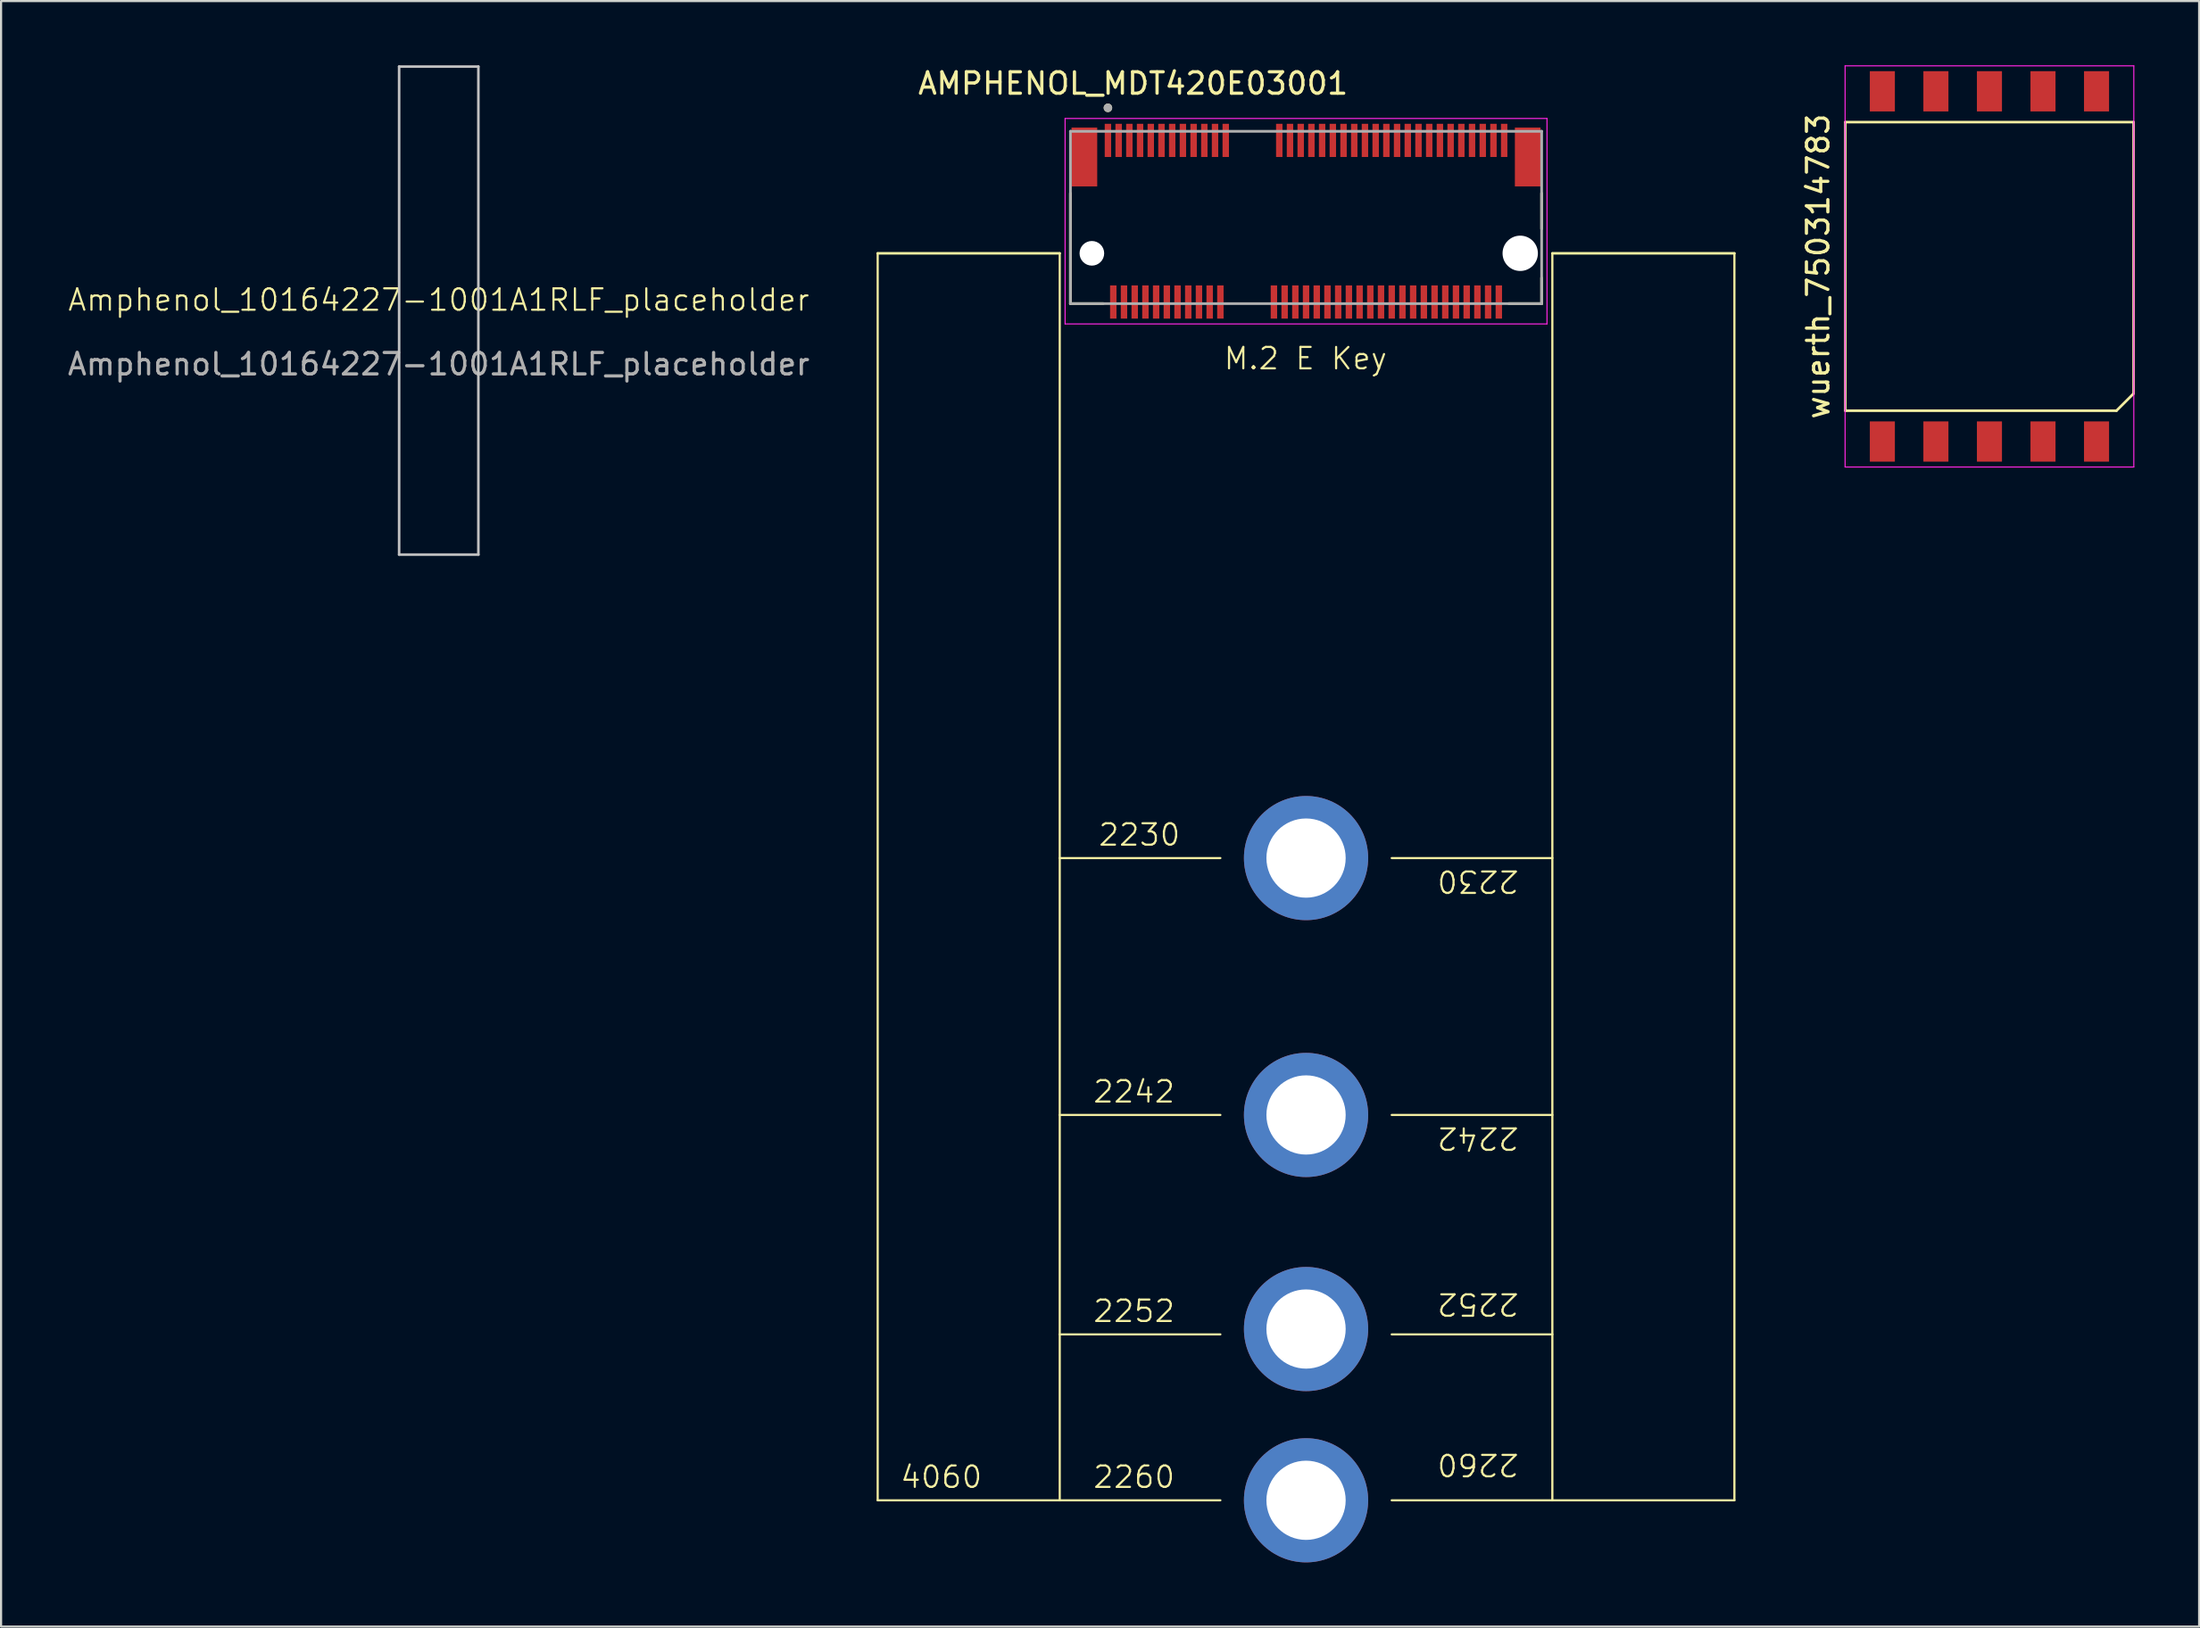
<source format=kicad_pcb>
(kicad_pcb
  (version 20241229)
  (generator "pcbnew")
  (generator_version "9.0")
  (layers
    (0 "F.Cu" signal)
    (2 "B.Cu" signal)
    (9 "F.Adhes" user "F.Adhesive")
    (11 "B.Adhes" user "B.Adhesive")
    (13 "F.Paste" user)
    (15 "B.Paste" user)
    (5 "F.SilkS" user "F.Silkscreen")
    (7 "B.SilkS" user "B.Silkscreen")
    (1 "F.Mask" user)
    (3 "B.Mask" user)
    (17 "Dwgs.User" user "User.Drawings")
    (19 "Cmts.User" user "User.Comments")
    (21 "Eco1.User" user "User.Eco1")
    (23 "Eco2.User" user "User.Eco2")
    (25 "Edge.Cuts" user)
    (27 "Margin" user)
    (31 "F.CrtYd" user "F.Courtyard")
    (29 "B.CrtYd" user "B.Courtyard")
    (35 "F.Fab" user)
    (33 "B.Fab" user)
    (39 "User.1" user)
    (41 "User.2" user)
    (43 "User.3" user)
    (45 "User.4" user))
  (footprint "Amphenol_10164227-1001A1RLF_placeholder"
    (layer "F.Cu")
    (at 17.435 11.46)
    (property "Reference" "Amphenol_10164227-1001A1RLF_placeholder" (at 0 -0.5 0) (unlocked yes) (layer "F.SilkS") (effects (font (size 1 1) (thickness 0.1))))
    (attr allow_missing_courtyard)
    (fp_line (start -1.85 -11.4) (end 1.85 -11.4) (stroke (width 0.12) (type solid)) (layer "Dwgs.User"))
    (fp_line (start -1.85 11.4) (end -1.85 -11.4) (stroke (width 0.12) (type solid)) (layer "Dwgs.User"))
    (fp_line (start 1.85 -11.4) (end 1.85 11.4) (stroke (width 0.12) (type solid)) (layer "Dwgs.User"))
    (fp_line (start 1.85 11.4) (end -1.85 11.4) (stroke (width 0.12) (type solid)) (layer "Dwgs.User"))
    (fp_text user "${REFERENCE}" (at 0 2.5 0) (unlocked yes) (layer "F.Fab") (effects (font (size 1 1) (thickness 0.15)))))
  (footprint "AMPHENOL_MDT420E03001"
    (layer "F.Cu")
    (at 57.929 8.783)
    (property "Reference" "AMPHENOL_MDT420E03001" (at -8.075 -7.935 0) (layer "F.SilkS") (effects (font (size 1 1) (thickness 0.15))))
    (attr through_hole)
    (fp_line (start -20 0) (end -20 58.25) (stroke (width 0.1) (type solid)) (layer "F.SilkS"))
    (fp_line (start -20 0) (end -11.5 0) (stroke (width 0.12) (type default)) (layer "F.SilkS"))
    (fp_line (start -11.5 0) (end -11.5 58.25) (stroke (width 0.1) (type default)) (layer "F.SilkS"))
    (fp_line (start -11.5 28.25) (end -4 28.25) (stroke (width 0.1) (type default)) (layer "F.SilkS"))
    (fp_line (start -11.5 40.25) (end -4 40.25) (stroke (width 0.1) (type default)) (layer "F.SilkS"))
    (fp_line (start -11.5 50.5) (end -4 50.5) (stroke (width 0.1) (type default)) (layer "F.SilkS"))
    (fp_line (start -11.5 58.25) (end -20 58.25) (stroke (width 0.1) (type default)) (layer "F.SilkS"))
    (fp_line (start -11.5 58.25) (end -4 58.25) (stroke (width 0.1) (type default)) (layer "F.SilkS"))
    (fp_line (start -11 2.35) (end -11 -2.805) (stroke (width 0.127) (type solid)) (layer "F.SilkS"))
    (fp_line (start -9.47 2.35) (end -11 2.35) (stroke (width 0.127) (type solid)) (layer "F.SilkS"))
    (fp_line (start 4 28.25) (end 11.5 28.25) (stroke (width 0.1) (type default)) (layer "F.SilkS"))
    (fp_line (start 4 40.25) (end 11.5 40.25) (stroke (width 0.1) (type default)) (layer "F.SilkS"))
    (fp_line (start 4 50.5) (end 11.5 50.5) (stroke (width 0.1) (type default)) (layer "F.SilkS"))
    (fp_line (start 4 58.25) (end 11.5 58.25) (stroke (width 0.1) (type default)) (layer "F.SilkS"))
    (fp_line (start 11 -2.805) (end 11 -1.145) (stroke (width 0.127) (type solid)) (layer "F.SilkS"))
    (fp_line (start 11 2.35) (end 9.47 2.35) (stroke (width 0.127) (type solid)) (layer "F.SilkS"))
    (fp_line (start 11 2.35) (end 11 1.145) (stroke (width 0.127) (type solid)) (layer "F.SilkS"))
    (fp_line (start 11.5 58.25) (end 11.5 0) (stroke (width 0.1) (type default)) (layer "F.SilkS"))
    (fp_line (start 20 0) (end 11.5 0) (stroke (width 0.12) (type default)) (layer "F.SilkS"))
    (fp_line (start 20 0) (end 20 58.25) (stroke (width 0.1) (type solid)) (layer "F.SilkS"))
    (fp_line (start 20 58.25) (end 11.5 58.25) (stroke (width 0.1) (type default)) (layer "F.SilkS"))
    (fp_circle (center -9.25 -6.796) (end -9.15 -6.796) (stroke (width 0.2) (type solid)) (fill no) (layer "F.SilkS"))
    (fp_line (start -11.25 -6.3) (end -11.25 3.3) (stroke (width 0.05) (type solid)) (layer "F.CrtYd"))
    (fp_line (start -11.25 3.3) (end 11.25 3.3) (stroke (width 0.05) (type solid)) (layer "F.CrtYd"))
    (fp_line (start 11.25 -6.3) (end -11.25 -6.3) (stroke (width 0.05) (type solid)) (layer "F.CrtYd"))
    (fp_line (start 11.25 3.3) (end 11.25 -6.3) (stroke (width 0.05) (type solid)) (layer "F.CrtYd"))
    (fp_line (start -11 -5.7) (end 11 -5.7) (stroke (width 0.127) (type solid)) (layer "F.Fab"))
    (fp_line (start -11 2.35) (end -11 -5.7) (stroke (width 0.127) (type solid)) (layer "F.Fab"))
    (fp_line (start 11 -5.7) (end 11 2.35) (stroke (width 0.127) (type solid)) (layer "F.Fab"))
    (fp_line (start 11 2.35) (end -11 2.35) (stroke (width 0.127) (type solid)) (layer "F.Fab"))
    (fp_circle (center -9.25 -6.796) (end -9.15 -6.796) (stroke (width 0.2) (type solid)) (fill no) (layer "F.Fab"))
    (fp_text user "2230" (at -9.75 27.75 0) (unlocked yes) (layer "F.SilkS") (effects (font (size 1 1) (thickness 0.1)) (justify left bottom)))
    (fp_text user "M.2 E Key" (at -3.9 5.5 0) (unlocked yes) (layer "F.SilkS") (effects (font (size 1 1) (thickness 0.1)) (justify left bottom)))
    (fp_text user "2230" (at 10 28.75 180) (unlocked yes) (layer "F.SilkS") (effects (font (size 1 1) (thickness 0.1)) (justify left bottom)))
    (fp_text user "2252" (at -10 50 0) (unlocked yes) (layer "F.SilkS") (effects (font (size 1 1) (thickness 0.1)) (justify left bottom)))
    (fp_text user "2260" (at -10 57.75 0) (unlocked yes) (layer "F.SilkS") (effects (font (size 1 1) (thickness 0.1)) (justify left bottom)))
    (fp_text user "2242" (at -10 39.75 0) (unlocked yes) (layer "F.SilkS") (effects (font (size 1 1) (thickness 0.1)) (justify left bottom)))
    (fp_text user "4060" (at -19 57.75 0) (unlocked yes) (layer "F.SilkS") (effects (font (size 1 1) (thickness 0.1)) (justify left bottom)))
    (fp_text user "2242" (at 10 40.75 180) (unlocked yes) (layer "F.SilkS") (effects (font (size 1 1) (thickness 0.1)) (justify left bottom)))
    (fp_text user "2252" (at 10 48.5 180) (unlocked yes) (layer "F.SilkS") (effects (font (size 1 1) (thickness 0.1)) (justify left bottom)))
    (fp_text user "2260" (at 10 56 180) (unlocked yes) (layer "F.SilkS") (effects (font (size 1 1) (thickness 0.1)) (justify left bottom)))
    (pad "" np_thru_hole circle (at -10 0) (size 1.15 1.15) (drill 1.15) (layers "*.Cu" "*.Mask"))
    (pad "" np_thru_hole circle (at 10 0) (size 1.65 1.65) (drill 1.65) (layers "*.Cu" "*.Mask"))
    (pad "1" smd rect (at -9.25 -5.275) (size 0.3 1.55) (layers "F.Cu" "F.Mask" "F.Paste"))
    (pad "2" smd rect (at -9 2.275) (size 0.3 1.55) (layers "F.Cu" "F.Mask" "F.Paste"))
    (pad "3" smd rect (at -8.75 -5.275) (size 0.3 1.55) (layers "F.Cu" "F.Mask" "F.Paste"))
    (pad "4" smd rect (at -8.5 2.275) (size 0.3 1.55) (layers "F.Cu" "F.Mask" "F.Paste"))
    (pad "5" smd rect (at -8.25 -5.275) (size 0.3 1.55) (layers "F.Cu" "F.Mask" "F.Paste"))
    (pad "6" smd rect (at -8 2.275) (size 0.3 1.55) (layers "F.Cu" "F.Mask" "F.Paste"))
    (pad "7" smd rect (at -7.75 -5.275) (size 0.3 1.55) (layers "F.Cu" "F.Mask" "F.Paste"))
    (pad "8" smd rect (at -7.5 2.275) (size 0.3 1.55) (layers "F.Cu" "F.Mask" "F.Paste"))
    (pad "9" smd rect (at -7.25 -5.275) (size 0.3 1.55) (layers "F.Cu" "F.Mask" "F.Paste"))
    (pad "10" smd rect (at -7 2.275) (size 0.3 1.55) (layers "F.Cu" "F.Mask" "F.Paste"))
    (pad "11" smd rect (at -6.75 -5.275) (size 0.3 1.55) (layers "F.Cu" "F.Mask" "F.Paste"))
    (pad "12" smd rect (at -6.5 2.275) (size 0.3 1.55) (layers "F.Cu" "F.Mask" "F.Paste"))
    (pad "13" smd rect (at -6.25 -5.275) (size 0.3 1.55) (layers "F.Cu" "F.Mask" "F.Paste"))
    (pad "14" smd rect (at -6 2.275) (size 0.3 1.55) (layers "F.Cu" "F.Mask" "F.Paste"))
    (pad "15" smd rect (at -5.75 -5.275) (size 0.3 1.55) (layers "F.Cu" "F.Mask" "F.Paste"))
    (pad "16" smd rect (at -5.5 2.275) (size 0.3 1.55) (layers "F.Cu" "F.Mask" "F.Paste"))
    (pad "17" smd rect (at -5.25 -5.275) (size 0.3 1.55) (layers "F.Cu" "F.Mask" "F.Paste"))
    (pad "18" smd rect (at -5 2.275) (size 0.3 1.55) (layers "F.Cu" "F.Mask" "F.Paste"))
    (pad "19" smd rect (at -4.75 -5.275) (size 0.3 1.55) (layers "F.Cu" "F.Mask" "F.Paste"))
    (pad "20" smd rect (at -4.5 2.275) (size 0.3 1.55) (layers "F.Cu" "F.Mask" "F.Paste"))
    (pad "21" smd rect (at -4.25 -5.275) (size 0.3 1.55) (layers "F.Cu" "F.Mask" "F.Paste"))
    (pad "22" smd rect (at -4 2.275) (size 0.3 1.55) (layers "F.Cu" "F.Mask" "F.Paste"))
    (pad "23" smd rect (at -3.75 -5.275) (size 0.3 1.55) (layers "F.Cu" "F.Mask" "F.Paste"))
    (pad "32" smd rect (at -1.5 2.275) (size 0.3 1.55) (layers "F.Cu" "F.Mask" "F.Paste"))
    (pad "33" smd rect (at -1.25 -5.275) (size 0.3 1.55) (layers "F.Cu" "F.Mask" "F.Paste"))
    (pad "34" smd rect (at -1 2.275) (size 0.3 1.55) (layers "F.Cu" "F.Mask" "F.Paste"))
    (pad "35" smd rect (at -0.75 -5.275) (size 0.3 1.55) (layers "F.Cu" "F.Mask" "F.Paste"))
    (pad "36" smd rect (at -0.5 2.275) (size 0.3 1.55) (layers "F.Cu" "F.Mask" "F.Paste"))
    (pad "37" smd rect (at -0.25 -5.275) (size 0.3 1.55) (layers "F.Cu" "F.Mask" "F.Paste"))
    (pad "38" smd rect (at 0 2.275) (size 0.3 1.55) (layers "F.Cu" "F.Mask" "F.Paste"))
    (pad "39" smd rect (at 0.25 -5.275) (size 0.3 1.55) (layers "F.Cu" "F.Mask" "F.Paste"))
    (pad "40" smd rect (at 0.5 2.275) (size 0.3 1.55) (layers "F.Cu" "F.Mask" "F.Paste"))
    (pad "41" smd rect (at 0.75 -5.275) (size 0.3 1.55) (layers "F.Cu" "F.Mask" "F.Paste"))
    (pad "42" smd rect (at 1 2.275) (size 0.3 1.55) (layers "F.Cu" "F.Mask" "F.Paste"))
    (pad "43" smd rect (at 1.25 -5.275) (size 0.3 1.55) (layers "F.Cu" "F.Mask" "F.Paste"))
    (pad "44" smd rect (at 1.5 2.275) (size 0.3 1.55) (layers "F.Cu" "F.Mask" "F.Paste"))
    (pad "45" smd rect (at 1.75 -5.275) (size 0.3 1.55) (layers "F.Cu" "F.Mask" "F.Paste"))
    (pad "46" smd rect (at 2 2.275) (size 0.3 1.55) (layers "F.Cu" "F.Mask" "F.Paste"))
    (pad "47" smd rect (at 2.25 -5.275) (size 0.3 1.55) (layers "F.Cu" "F.Mask" "F.Paste"))
    (pad "48" smd rect (at 2.5 2.275) (size 0.3 1.55) (layers "F.Cu" "F.Mask" "F.Paste"))
    (pad "49" smd rect (at 2.75 -5.275) (size 0.3 1.55) (layers "F.Cu" "F.Mask" "F.Paste"))
    (pad "50" smd rect (at 3 2.275) (size 0.3 1.55) (layers "F.Cu" "F.Mask" "F.Paste"))
    (pad "51" smd rect (at 3.25 -5.275) (size 0.3 1.55) (layers "F.Cu" "F.Mask" "F.Paste"))
    (pad "52" smd rect (at 3.5 2.275) (size 0.3 1.55) (layers "F.Cu" "F.Mask" "F.Paste"))
    (pad "53" smd rect (at 3.75 -5.275) (size 0.3 1.55) (layers "F.Cu" "F.Mask" "F.Paste"))
    (pad "54" smd rect (at 4 2.275) (size 0.3 1.55) (layers "F.Cu" "F.Mask" "F.Paste"))
    (pad "55" smd rect (at 4.25 -5.275) (size 0.3 1.55) (layers "F.Cu" "F.Mask" "F.Paste"))
    (pad "56" smd rect (at 4.5 2.275) (size 0.3 1.55) (layers "F.Cu" "F.Mask" "F.Paste"))
    (pad "57" smd rect (at 4.75 -5.275) (size 0.3 1.55) (layers "F.Cu" "F.Mask" "F.Paste"))
    (pad "58" smd rect (at 5 2.275) (size 0.3 1.55) (layers "F.Cu" "F.Mask" "F.Paste"))
    (pad "59" smd rect (at 5.25 -5.275) (size 0.3 1.55) (layers "F.Cu" "F.Mask" "F.Paste"))
    (pad "60" smd rect (at 5.5 2.275) (size 0.3 1.55) (layers "F.Cu" "F.Mask" "F.Paste"))
    (pad "61" smd rect (at 5.75 -5.275) (size 0.3 1.55) (layers "F.Cu" "F.Mask" "F.Paste"))
    (pad "62" smd rect (at 6 2.275) (size 0.3 1.55) (layers "F.Cu" "F.Mask" "F.Paste"))
    (pad "63" smd rect (at 6.25 -5.275) (size 0.3 1.55) (layers "F.Cu" "F.Mask" "F.Paste"))
    (pad "64" smd rect (at 6.5 2.275) (size 0.3 1.55) (layers "F.Cu" "F.Mask" "F.Paste"))
    (pad "65" smd rect (at 6.75 -5.275) (size 0.3 1.55) (layers "F.Cu" "F.Mask" "F.Paste"))
    (pad "66" smd rect (at 7 2.275) (size 0.3 1.55) (layers "F.Cu" "F.Mask" "F.Paste"))
    (pad "67" smd rect (at 7.25 -5.275) (size 0.3 1.55) (layers "F.Cu" "F.Mask" "F.Paste"))
    (pad "68" smd rect (at 7.5 2.275) (size 0.3 1.55) (layers "F.Cu" "F.Mask" "F.Paste"))
    (pad "69" smd rect (at 7.75 -5.275) (size 0.3 1.55) (layers "F.Cu" "F.Mask" "F.Paste"))
    (pad "70" smd rect (at 8 2.275) (size 0.3 1.55) (layers "F.Cu" "F.Mask" "F.Paste"))
    (pad "71" smd rect (at 8.25 -5.275) (size 0.3 1.55) (layers "F.Cu" "F.Mask" "F.Paste"))
    (pad "72" smd rect (at 8.5 2.275) (size 0.3 1.55) (layers "F.Cu" "F.Mask" "F.Paste"))
    (pad "73" smd rect (at 8.75 -5.275) (size 0.3 1.55) (layers "F.Cu" "F.Mask" "F.Paste"))
    (pad "74" smd rect (at 9 2.275) (size 0.3 1.55) (layers "F.Cu" "F.Mask" "F.Paste"))
    (pad "75" smd rect (at 9.25 -5.275) (size 0.3 1.55) (layers "F.Cu" "F.Mask" "F.Paste"))
    (pad "M1" thru_hole circle (at 0 28.25) (size 5.8 5.8) (drill 3.7) (layers "*.Cu" "*.Mask"))
    (pad "M2" thru_hole circle (at 0 40.25) (size 5.8 5.8) (drill 3.7) (layers "*.Cu" "*.Mask"))
    (pad "M3" thru_hole circle (at 0 50.25) (size 5.8 5.8) (drill 3.7) (layers "*.Cu" "*.Mask"))
    (pad "M4" thru_hole circle (at 0 58.25) (size 5.8 5.8) (drill 3.7) (layers "*.Cu" "*.Mask"))
    (pad "S1" smd rect (at -10.35 -4.5) (size 1.2 2.75) (layers "F.Cu" "F.Mask" "F.Paste"))
    (pad "S2" smd rect (at 10.35 -4.5) (size 1.2 2.75) (layers "F.Cu" "F.Mask" "F.Paste")))
  (footprint "wuerth_750314783"
    (layer "F.Cu")
    (at 89.837 9.395)
    (property "Reference" "wuerth_750314783" (at -8 0 90) (layer "F.SilkS") (effects (font (size 1 1) (thickness 0.15))))
    (attr smd)
    (fp_line (start -6.73 -6.74) (end -6.73 6.74) (stroke (width 0.12) (type default)) (layer "F.SilkS"))
    (fp_line (start -6.73 6.74) (end 5.93 6.74) (stroke (width 0.12) (type solid)) (layer "F.SilkS"))
    (fp_line (start 5.93 6.74) (end 6.73 5.94) (stroke (width 0.12) (type solid)) (layer "F.SilkS"))
    (fp_line (start 6.73 -6.74) (end -6.73 -6.74) (stroke (width 0.12) (type solid)) (layer "F.SilkS"))
    (fp_line (start 6.73 5.94) (end 6.73 -6.74) (stroke (width 0.12) (type default)) (layer "F.SilkS"))
    (fp_line (start -6.74 -9.37) (end -6.74 9.37) (stroke (width 0.05) (type solid)) (layer "F.CrtYd"))
    (fp_line (start -6.74 9.37) (end 6.74 9.37) (stroke (width 0.05) (type default)) (layer "F.CrtYd"))
    (fp_line (start 6.74 -9.37) (end -6.74 -9.37) (stroke (width 0.05) (type default)) (layer "F.CrtYd"))
    (fp_line (start 6.74 9.37) (end 6.74 -9.37) (stroke (width 0.05) (type solid)) (layer "F.CrtYd"))
    (pad "1" smd rect (at 5 8.18) (size 1.17 1.88) (layers "F.Cu" "F.Mask" "F.Paste"))
    (pad "2" smd rect (at 2.5 8.18) (size 1.17 1.88) (layers "F.Cu" "F.Mask" "F.Paste"))
    (pad "3" smd rect (at 0 8.18) (size 1.17 1.88) (layers "F.Cu" "F.Mask" "F.Paste"))
    (pad "4" smd rect (at -2.5 8.18) (size 1.17 1.88) (layers "F.Cu" "F.Mask" "F.Paste"))
    (pad "5" smd rect (at -5 8.18) (size 1.17 1.88) (layers "F.Cu" "F.Mask" "F.Paste"))
    (pad "6" smd rect (at -5 -8.18) (size 1.17 1.88) (layers "F.Cu" "F.Mask" "F.Paste"))
    (pad "7" smd rect (at -2.5 -8.18) (size 1.17 1.88) (layers "F.Cu" "F.Mask" "F.Paste"))
    (pad "8" smd rect (at 0 -8.18) (size 1.17 1.88) (layers "F.Cu" "F.Mask" "F.Paste"))
    (pad "9" smd rect (at 2.5 -8.18) (size 1.17 1.88) (layers "F.Cu" "F.Mask" "F.Paste"))
    (pad "10" smd rect (at 5 -8.18) (size 1.17 1.88) (layers "F.Cu" "F.Mask" "F.Paste")))
  (gr_rect
    (start -3 -3)
    (end 99.627 72.933)
    (stroke (width 0.1) (type default))
    (fill no)
    (layer "Edge.Cuts")))
</source>
